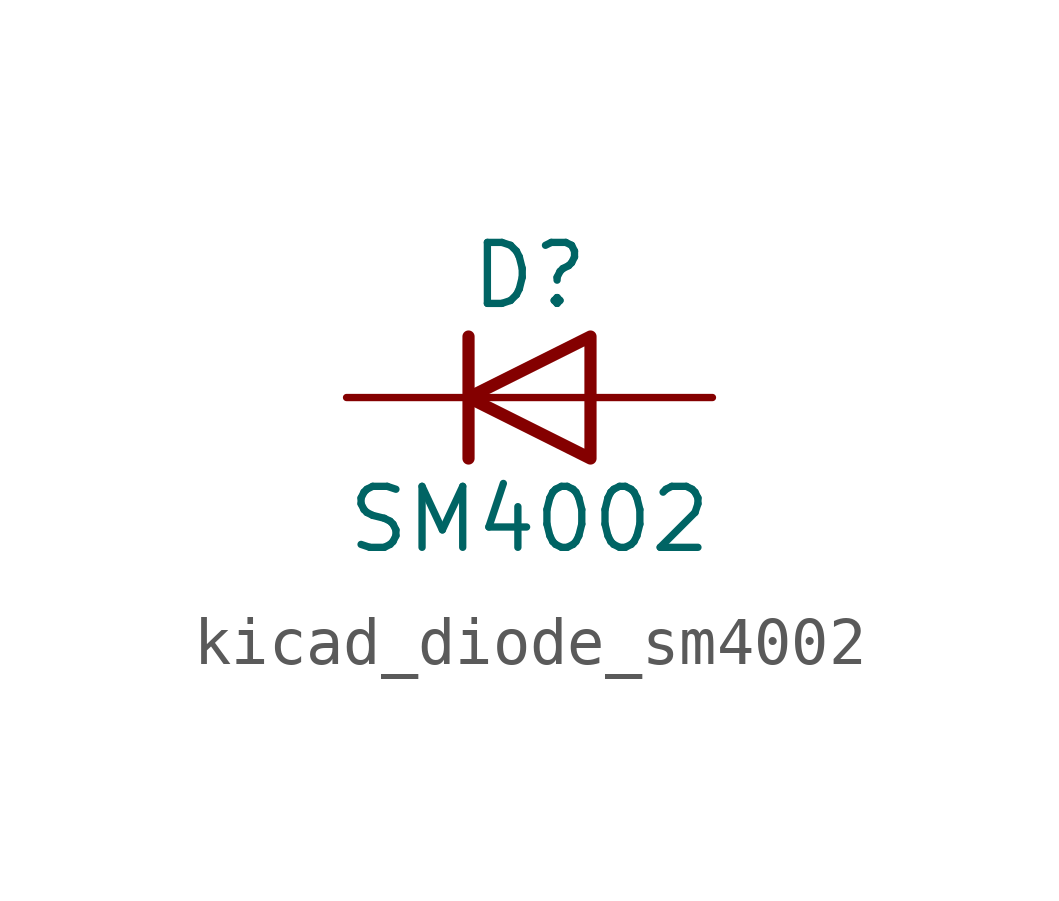
<source format=kicad_sym>
(kicad_symbol_lib
  (version 20220914)
  (generator kicad_symbol_editor)
  (symbol "kicad_diode_sm4002"
    (pin_numbers hide)
    (pin_names hide)
    (property "Reference" "D"
      (at 0 2.54 0)
      (effects (font (size 1.27 1.27))))
    (property "Value" "SM4002"
      (at 0 -2.54 0)
      (effects (font (size 1.27 1.27))))
    (symbol "kicad_diode_sm4002_0_1"
      (polyline (pts (xy -1.27 1.27) (xy -1.27 -1.27)) (stroke (width 0.254) (type default)) (fill (type none)))
      (polyline (pts (xy 1.27 0) (xy -1.27 0)) (stroke (width 0) (type default)) (fill (type none)))
      (polyline (pts (xy 1.27 1.27) (xy 1.27 -1.27) (xy -1.27 0) (xy 1.27 1.27)) (stroke (width 0.254) (type default)) (fill (type none))))
    (symbol "kicad_diode_sm4002_1_1"
      (pin passive line (at -3.81 0 0) (length 2.54) (name "K" (effects (font (size 1.27 1.27)))) (number "1" (effects (font (size 1.27 1.27)))))
      (pin passive line (at 3.81 0 180) (length 2.54) (name "A" (effects (font (size 1.27 1.27)))) (number "2" (effects (font (size 1.27 1.27))))))))
</source>
